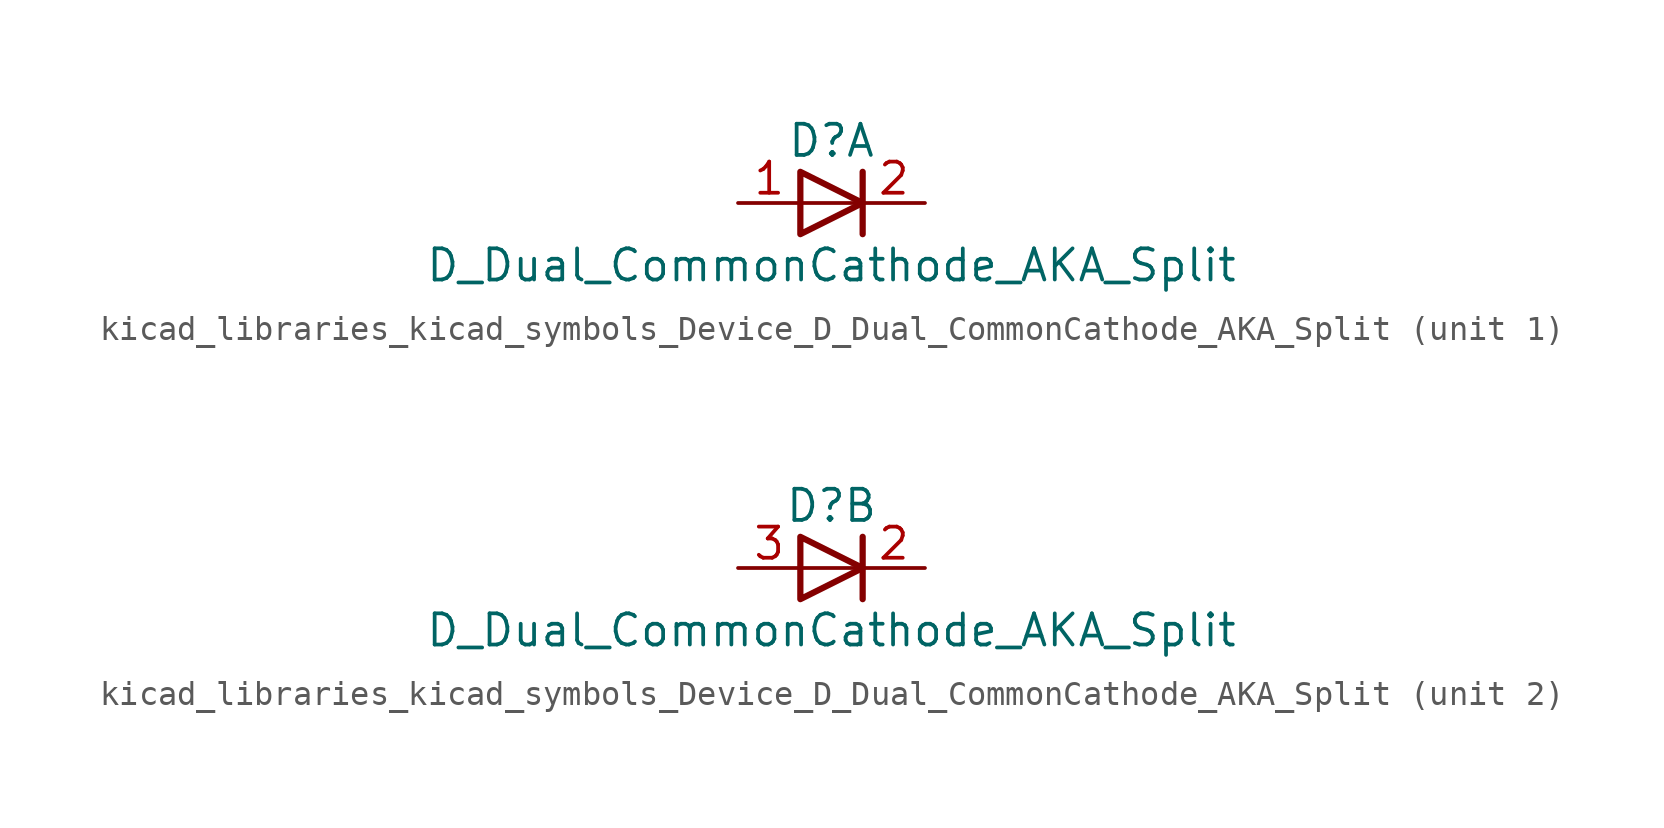
<source format=kicad_sym>
(kicad_symbol_lib
  (version 20220914)
  (generator kicad_symbol_editor)
  (symbol "kicad_libraries_kicad_symbols_Device_D_Dual_CommonCathode_AKA_Split"
    (pin_names
      (offset 0.762) hide)
    (property "Reference" "D"
      (at 0 2.54 0)
      (effects (font (size 1.27 1.27))))
    (property "Value" "D_Dual_CommonCathode_AKA_Split"
      (at 0 -2.54 0)
      (effects (font (size 1.27 1.27))))
    (property "ki_locked" ""
      (at 0 0 0)
      (effects (font (size 1.27 1.27))))
    (symbol "kicad_libraries_kicad_symbols_Device_D_Dual_CommonCathode_AKA_Split_0_0"
      (polyline (pts (xy 1.27 0) (xy -1.27 0)) (stroke (width 0) (type default)) (fill (type none)))
      (polyline (pts (xy 1.27 1.27) (xy 1.27 -1.27)) (stroke (width 0.254) (type default)) (fill (type none))))
    (symbol "kicad_libraries_kicad_symbols_Device_D_Dual_CommonCathode_AKA_Split_0_1"
      (polyline (pts (xy -1.27 1.27) (xy 1.27 0) (xy -1.27 -1.27) (xy -1.27 1.27) (xy -1.27 1.27) (xy -1.27 1.27)) (stroke (width 0.254) (type default)) (fill (type none)))
      (pin passive line (at 3.81 0 180) (length 2.54) (name "K" (effects (font (size 1.27 1.27)))) (number "2" (effects (font (size 1.27 1.27))))))
    (symbol "kicad_libraries_kicad_symbols_Device_D_Dual_CommonCathode_AKA_Split_1_1"
      (pin passive line (at -3.81 0 0) (length 2.54) (name "A" (effects (font (size 1.27 1.27)))) (number "1" (effects (font (size 1.27 1.27))))))
    (symbol "kicad_libraries_kicad_symbols_Device_D_Dual_CommonCathode_AKA_Split_2_1"
      (pin passive line (at -3.81 0 0) (length 2.54) (name "K" (effects (font (size 1.27 1.27)))) (number "3" (effects (font (size 1.27 1.27))))))))
</source>
